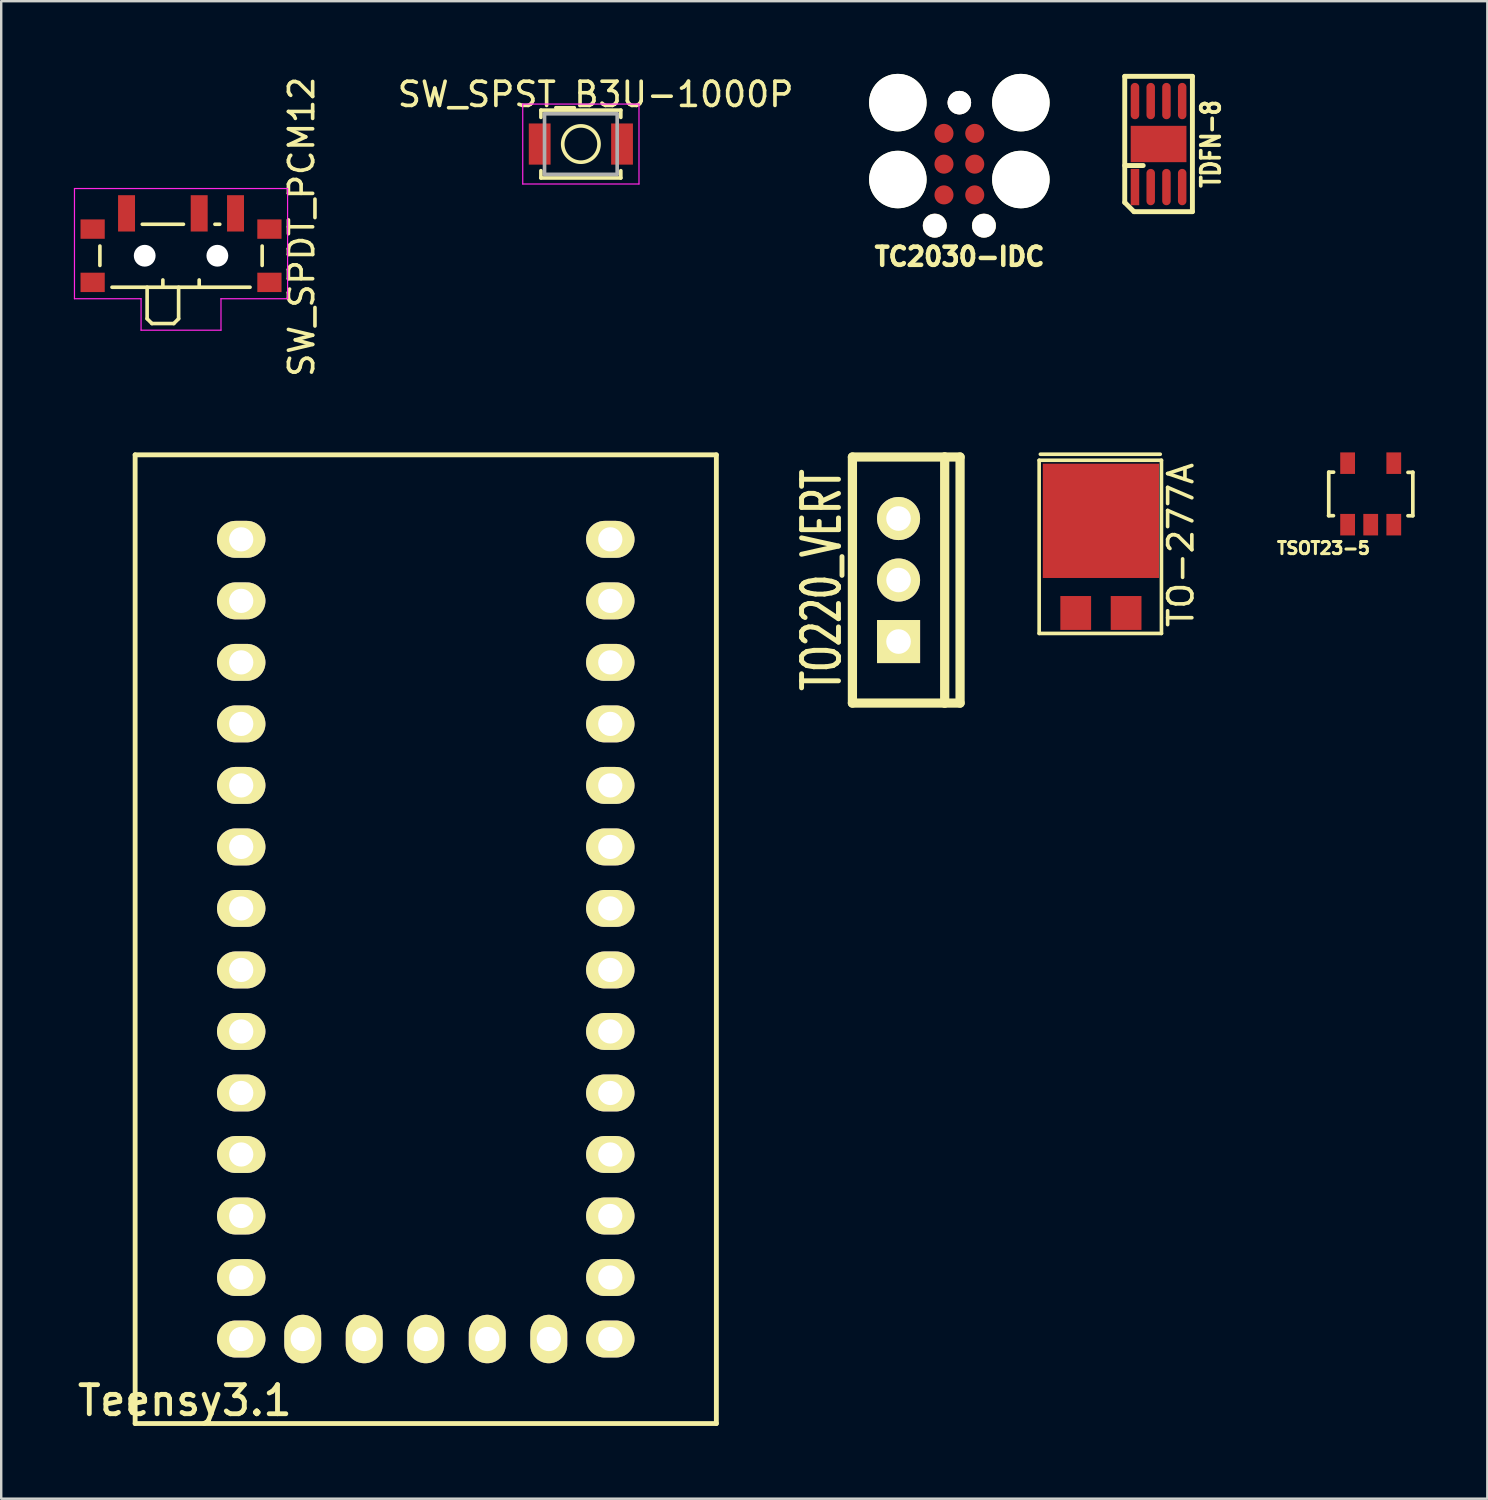
<source format=kicad_pcb>
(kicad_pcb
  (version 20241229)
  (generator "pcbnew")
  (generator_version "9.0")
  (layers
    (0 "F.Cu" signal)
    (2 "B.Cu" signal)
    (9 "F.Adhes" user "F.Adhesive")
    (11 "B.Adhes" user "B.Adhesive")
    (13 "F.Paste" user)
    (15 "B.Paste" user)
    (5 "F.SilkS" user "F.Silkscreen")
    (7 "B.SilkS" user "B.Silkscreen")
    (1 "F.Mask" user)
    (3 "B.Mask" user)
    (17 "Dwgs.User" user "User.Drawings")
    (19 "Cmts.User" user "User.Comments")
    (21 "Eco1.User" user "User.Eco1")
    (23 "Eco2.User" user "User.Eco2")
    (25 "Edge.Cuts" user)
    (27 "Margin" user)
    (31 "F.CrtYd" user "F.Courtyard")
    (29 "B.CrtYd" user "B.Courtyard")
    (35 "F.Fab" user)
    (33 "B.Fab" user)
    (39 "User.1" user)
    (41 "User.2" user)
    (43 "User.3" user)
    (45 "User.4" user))
  (footprint "TO-277A"
    (layer "F.Cu")
    (at 42.409 18.456)
    (property "Reference" "TO-277A" (at 3.3 1 90) (layer "F.SilkS") (effects (font (size 1 1) (thickness 0.15))))
    (attr through_hole)
    (fp_line (start -2.55 -2.5) (end 2.5 -2.5) (stroke (width 0.15) (type solid)) (layer "F.SilkS"))
    (fp_line (start -2.55 4.65) (end -2.55 -2.5) (stroke (width 0.15) (type solid)) (layer "F.SilkS"))
    (fp_line (start -2.5 -2.75) (end 2.45 -2.75) (stroke (width 0.15) (type solid)) (layer "F.SilkS"))
    (fp_line (start 2.5 -2.5) (end 2.5 4.65) (stroke (width 0.15) (type solid)) (layer "F.SilkS"))
    (fp_line (start 2.5 4.65) (end -2.55 4.65) (stroke (width 0.15) (type solid)) (layer "F.SilkS"))
    (pad "1" smd rect (at -1.04 3.805) (size 1.27 1.4) (layers "F.Cu" "F.Mask" "F.Paste"))
    (pad "1" smd rect (at 1.04 3.805) (size 1.27 1.4) (layers "F.Cu" "F.Mask" "F.Paste"))
    (pad "2" smd rect (at 0 0) (size 4.8 4.72) (layers "F.Cu" "F.Mask" "F.Paste")))
  (footprint "TDFN-8"
    (layer "F.Cu")
    (at 44.79 2.896)
    (property "Reference" "TDFN-8" (at 2.159 0 90) (layer "F.SilkS") (effects (font (size 0.762 0.61) (thickness 0.203))))
    (attr smd)
    (fp_line (start -1.397 -2.794) (end -1.397 2.413) (stroke (width 0.203) (type solid)) (layer "F.SilkS"))
    (fp_line (start -1.397 -2.794) (end 1.397 -2.794) (stroke (width 0.203) (type solid)) (layer "F.SilkS"))
    (fp_line (start -1.397 0.889) (end -0.635 0.889) (stroke (width 0.203) (type solid)) (layer "F.SilkS"))
    (fp_line (start -1.397 2.413) (end -1.016 2.794) (stroke (width 0.203) (type solid)) (layer "F.SilkS"))
    (fp_line (start -1.016 2.794) (end 1.397 2.794) (stroke (width 0.203) (type solid)) (layer "F.SilkS"))
    (fp_line (start 1.397 -2.794) (end 1.397 2.794) (stroke (width 0.203) (type solid)) (layer "F.SilkS"))
    (pad "1" smd rect (at -0.975 1.778) (size 0.35 1.501) (layers "F.Cu" "F.Mask" "F.Paste"))
    (pad "2" smd oval (at -0.325 1.778) (size 0.35 1.501) (layers "F.Cu" "F.Mask" "F.Paste"))
    (pad "3" smd oval (at 0.325 1.778) (size 0.35 1.501) (layers "F.Cu" "F.Mask" "F.Paste"))
    (pad "4" smd oval (at 0.975 1.778) (size 0.35 1.501) (layers "F.Cu" "F.Mask" "F.Paste"))
    (pad "5" smd oval (at 0.975 -1.773) (size 0.35 1.501) (layers "F.Cu" "F.Mask" "F.Paste"))
    (pad "6" smd oval (at 0.325 -1.773) (size 0.35 1.501) (layers "F.Cu" "F.Mask" "F.Paste"))
    (pad "7" smd oval (at -0.325 -1.773) (size 0.35 1.501) (layers "F.Cu" "F.Mask" "F.Paste"))
    (pad "8" smd oval (at -0.975 -1.773) (size 0.35 1.501) (layers "F.Cu" "F.Mask" "F.Paste"))
    (pad "9" smd rect (at 0 0) (size 2.301 1.501) (layers "F.Cu" "F.Mask" "F.Paste")))
  (footprint "SW_SPDT_PCM12"
    (layer "F.Cu")
    (at 4.425 7.185)
    (property "Reference" "SW_SPDT_PCM12" (at 4.98 -0.87 90) (layer "F.SilkS") (effects (font (size 1 1) (thickness 0.15))))
    (attr smd)
    (fp_line (start -3.35 -0.075) (end -3.35 0.725) (stroke (width 0.15) (type solid)) (layer "F.SilkS"))
    (fp_line (start -2.85 1.625) (end 2.85 1.625) (stroke (width 0.15) (type solid)) (layer "F.SilkS"))
    (fp_line (start -1.6 -0.975) (end 0.1 -0.975) (stroke (width 0.15) (type solid)) (layer "F.SilkS"))
    (fp_line (start -1.4 1.625) (end -1.4 2.925) (stroke (width 0.15) (type solid)) (layer "F.SilkS"))
    (fp_line (start -1.4 2.925) (end -1.2 3.125) (stroke (width 0.15) (type solid)) (layer "F.SilkS"))
    (fp_line (start -1.2 3.125) (end -0.3 3.125) (stroke (width 0.15) (type solid)) (layer "F.SilkS"))
    (fp_line (start -0.75 1.325) (end -0.75 1.625) (stroke (width 0.15) (type solid)) (layer "F.SilkS"))
    (fp_line (start -0.1 2.925) (end -0.3 3.125) (stroke (width 0.15) (type solid)) (layer "F.SilkS"))
    (fp_line (start -0.1 2.925) (end -0.1 1.625) (stroke (width 0.15) (type solid)) (layer "F.SilkS"))
    (fp_line (start 0.75 1.325) (end 0.75 1.625) (stroke (width 0.15) (type solid)) (layer "F.SilkS"))
    (fp_line (start 1.4 -0.975) (end 1.6 -0.975) (stroke (width 0.15) (type solid)) (layer "F.SilkS"))
    (fp_line (start 3.35 0.725) (end 3.35 -0.075) (stroke (width 0.15) (type solid)) (layer "F.SilkS"))
    (fp_line (start -4.4 -2.45) (end 4.4 -2.45) (stroke (width 0.05) (type solid)) (layer "F.CrtYd"))
    (fp_line (start -4.4 2.1) (end -4.4 -2.45) (stroke (width 0.05) (type solid)) (layer "F.CrtYd"))
    (fp_line (start -1.65 2.1) (end -4.4 2.1) (stroke (width 0.05) (type solid)) (layer "F.CrtYd"))
    (fp_line (start -1.65 3.4) (end -1.65 2.1) (stroke (width 0.05) (type solid)) (layer "F.CrtYd"))
    (fp_line (start 1.65 2.1) (end 1.65 3.4) (stroke (width 0.05) (type solid)) (layer "F.CrtYd"))
    (fp_line (start 1.65 3.4) (end -1.65 3.4) (stroke (width 0.05) (type solid)) (layer "F.CrtYd"))
    (fp_line (start 4.4 -2.45) (end 4.4 2.1) (stroke (width 0.05) (type solid)) (layer "F.CrtYd"))
    (fp_line (start 4.4 2.1) (end 1.65 2.1) (stroke (width 0.05) (type solid)) (layer "F.CrtYd"))
    (pad "" smd rect (at -3.65 -0.775) (size 1 0.8) (layers "F.Cu" "F.Mask" "F.Paste"))
    (pad "" smd rect (at -3.65 1.425) (size 1 0.8) (layers "F.Cu" "F.Mask" "F.Paste"))
    (pad "" np_thru_hole circle (at -1.5 0.325) (size 0.9 0.9) (drill 0.9) (layers "*.Cu" "*.Mask"))
    (pad "" np_thru_hole circle (at 1.5 0.325) (size 0.9 0.9) (drill 0.9) (layers "*.Cu" "*.Mask"))
    (pad "" smd rect (at 3.65 -0.775) (size 1 0.8) (layers "F.Cu" "F.Mask" "F.Paste"))
    (pad "" smd rect (at 3.65 1.425) (size 1 0.8) (layers "F.Cu" "F.Mask" "F.Paste"))
    (pad "1" smd rect (at -2.25 -1.425) (size 0.7 1.5) (layers "F.Cu" "F.Mask" "F.Paste"))
    (pad "2" smd rect (at 0.75 -1.425) (size 0.7 1.5) (layers "F.Cu" "F.Mask" "F.Paste"))
    (pad "3" smd rect (at 2.25 -1.425) (size 0.7 1.5) (layers "F.Cu" "F.Mask" "F.Paste")))
  (footprint "SW_SPST_B3U-1000P"
    (layer "F.Cu")
    (at 20.935 2.898)
    (property "Reference" "SW_SPST_B3U-1000P" (at 0.61 -2.05 0) (layer "F.SilkS") (effects (font (size 1 1) (thickness 0.15))))
    (attr smd)
    (fp_line (start -1.65 -1.4) (end 1.65 -1.4) (stroke (width 0.15) (type solid)) (layer "F.SilkS"))
    (fp_line (start -1.65 -1.1) (end -1.65 -1.4) (stroke (width 0.15) (type solid)) (layer "F.SilkS"))
    (fp_line (start -1.65 1.1) (end -1.65 1.4) (stroke (width 0.15) (type solid)) (layer "F.SilkS"))
    (fp_line (start -1.65 1.4) (end 1.65 1.4) (stroke (width 0.15) (type solid)) (layer "F.SilkS"))
    (fp_line (start 1.65 -1.4) (end 1.65 -1.1) (stroke (width 0.15) (type solid)) (layer "F.SilkS"))
    (fp_line (start 1.65 1.4) (end 1.65 1.1) (stroke (width 0.15) (type solid)) (layer "F.SilkS"))
    (fp_circle (center 0 0) (end 0.75 0) (stroke (width 0.15) (type solid)) (fill no) (layer "F.SilkS"))
    (fp_line (start -2.4 -1.65) (end -2.4 1.65) (stroke (width 0.05) (type solid)) (layer "F.CrtYd"))
    (fp_line (start -2.4 1.65) (end 2.4 1.65) (stroke (width 0.05) (type solid)) (layer "F.CrtYd"))
    (fp_line (start 2.4 -1.65) (end -2.4 -1.65) (stroke (width 0.05) (type solid)) (layer "F.CrtYd"))
    (fp_line (start 2.4 1.65) (end 2.4 -1.65) (stroke (width 0.05) (type solid)) (layer "F.CrtYd"))
    (fp_line (start -1.5 -1.25) (end 1.5 -1.25) (stroke (width 0.15) (type solid)) (layer "F.Fab"))
    (fp_line (start -1.5 1.25) (end -1.5 -1.25) (stroke (width 0.15) (type solid)) (layer "F.Fab"))
    (fp_line (start 1.5 -1.25) (end 1.5 1.25) (stroke (width 0.15) (type solid)) (layer "F.Fab"))
    (fp_line (start 1.5 1.25) (end -1.5 1.25) (stroke (width 0.15) (type solid)) (layer "F.Fab"))
    (pad "1" smd rect (at -1.7 0) (size 0.9 1.7) (layers "F.Cu" "F.Mask" "F.Paste"))
    (pad "2" smd rect (at 1.7 0) (size 0.9 1.7) (layers "F.Cu" "F.Mask" "F.Paste")))
  (footprint "Teensy3.1"
    (layer "F.Cu")
    (at 14.53 35.731)
    (property "Reference" "Teensy3.1" (at -9.95 19.05 0) (layer "F.SilkS") (effects (font (size 1.2 1.2) (thickness 0.2))))
    (attr through_hole)
    (fp_line (start -12 -20) (end -12 20) (stroke (width 0.2) (type solid)) (layer "F.SilkS"))
    (fp_line (start -12 -20) (end 12 -20) (stroke (width 0.2) (type solid)) (layer "F.SilkS"))
    (fp_line (start -12 20) (end 12 20) (stroke (width 0.2) (type solid)) (layer "F.SilkS"))
    (fp_line (start 12 20) (end 12 -20) (stroke (width 0.2) (type solid)) (layer "F.SilkS"))
    (pad "1" thru_hole oval (at -7.62 -16.51) (size 2 1.524) (drill 1) (layers "*.Cu" "*.Mask" "F.SilkS"))
    (pad "2" thru_hole oval (at -7.62 -13.97) (size 2 1.524) (drill 1) (layers "*.Cu" "*.Mask" "F.SilkS"))
    (pad "3" thru_hole oval (at -7.62 -11.43) (size 2 1.524) (drill 1) (layers "*.Cu" "*.Mask" "F.SilkS"))
    (pad "4" thru_hole oval (at -7.62 -8.89) (size 2 1.524) (drill 1) (layers "*.Cu" "*.Mask" "F.SilkS"))
    (pad "5" thru_hole oval (at -7.62 -6.35) (size 2 1.524) (drill 1) (layers "*.Cu" "*.Mask" "F.SilkS"))
    (pad "6" thru_hole oval (at -7.62 -3.81) (size 2 1.524) (drill 1) (layers "*.Cu" "*.Mask" "F.SilkS"))
    (pad "7" thru_hole oval (at -7.62 -1.27) (size 2 1.524) (drill 1) (layers "*.Cu" "*.Mask" "F.SilkS"))
    (pad "8" thru_hole oval (at -7.62 1.27) (size 2 1.524) (drill 1) (layers "*.Cu" "*.Mask" "F.SilkS"))
    (pad "9" thru_hole oval (at -7.62 3.81) (size 2 1.524) (drill 1) (layers "*.Cu" "*.Mask" "F.SilkS"))
    (pad "10" thru_hole oval (at -7.62 6.35) (size 2 1.524) (drill 1) (layers "*.Cu" "*.Mask" "F.SilkS"))
    (pad "11" thru_hole oval (at -7.62 8.89) (size 2 1.524) (drill 1) (layers "*.Cu" "*.Mask" "F.SilkS"))
    (pad "12" thru_hole oval (at -7.62 11.43) (size 2 1.524) (drill 1) (layers "*.Cu" "*.Mask" "F.SilkS"))
    (pad "13" thru_hole oval (at -7.62 13.97) (size 2 1.524) (drill 1) (layers "*.Cu" "*.Mask" "F.SilkS"))
    (pad "14" thru_hole oval (at -7.62 16.51) (size 2 1.524) (drill 1) (layers "*.Cu" "*.Mask" "F.SilkS"))
    (pad "15" thru_hole oval (at -5.08 16.51 90) (size 2 1.524) (drill 1) (layers "*.Cu" "*.Mask" "F.SilkS"))
    (pad "16" thru_hole oval (at -2.54 16.51 90) (size 2 1.524) (drill 1) (layers "*.Cu" "*.Mask" "F.SilkS"))
    (pad "17" thru_hole oval (at 0 16.51 90) (size 2 1.524) (drill 1) (layers "*.Cu" "*.Mask" "F.SilkS"))
    (pad "18" thru_hole oval (at 2.54 16.51 90) (size 2 1.524) (drill 1) (layers "*.Cu" "*.Mask" "F.SilkS"))
    (pad "19" thru_hole oval (at 5.08 16.51 90) (size 2 1.524) (drill 1) (layers "*.Cu" "*.Mask" "F.SilkS"))
    (pad "20" thru_hole oval (at 7.62 16.51) (size 2 1.524) (drill 1) (layers "*.Cu" "*.Mask" "F.SilkS"))
    (pad "21" thru_hole oval (at 7.62 13.97) (size 2 1.524) (drill 1) (layers "*.Cu" "*.Mask" "F.SilkS"))
    (pad "22" thru_hole oval (at 7.62 11.43) (size 2 1.524) (drill 1) (layers "*.Cu" "*.Mask" "F.SilkS"))
    (pad "23" thru_hole oval (at 7.62 8.89) (size 2 1.524) (drill 1) (layers "*.Cu" "*.Mask" "F.SilkS"))
    (pad "24" thru_hole oval (at 7.62 6.35) (size 2 1.524) (drill 1) (layers "*.Cu" "*.Mask" "F.SilkS"))
    (pad "25" thru_hole oval (at 7.62 3.81) (size 2 1.524) (drill 1) (layers "*.Cu" "*.Mask" "F.SilkS"))
    (pad "26" thru_hole oval (at 7.62 1.27) (size 2 1.524) (drill 1) (layers "*.Cu" "*.Mask" "F.SilkS"))
    (pad "27" thru_hole oval (at 7.62 -1.27) (size 2 1.524) (drill 1) (layers "*.Cu" "*.Mask" "F.SilkS"))
    (pad "28" thru_hole oval (at 7.62 -3.81) (size 2 1.524) (drill 1) (layers "*.Cu" "*.Mask" "F.SilkS"))
    (pad "29" thru_hole oval (at 7.62 -6.35) (size 2 1.524) (drill 1) (layers "*.Cu" "*.Mask" "F.SilkS"))
    (pad "30" thru_hole oval (at 7.62 -8.89) (size 2 1.524) (drill 1) (layers "*.Cu" "*.Mask" "F.SilkS"))
    (pad "31" thru_hole oval (at 7.62 -11.43) (size 2 1.524) (drill 1) (layers "*.Cu" "*.Mask" "F.SilkS"))
    (pad "32" thru_hole oval (at 7.62 -13.97) (size 2 1.524) (drill 1) (layers "*.Cu" "*.Mask" "F.SilkS"))
    (pad "33" thru_hole oval (at 7.62 -16.51) (size 2 1.524) (drill 1) (layers "*.Cu" "*.Mask" "F.SilkS")))
  (footprint "TC2030-IDC"
    (layer "F.Cu")
    (at 36.564 3.728)
    (property "Reference" "TC2030-IDC" (at 0.01 3.82 0) (layer "F.SilkS") (effects (font (size 0.75 0.75) (thickness 0.188))))
    (attr smd)
    (pad "" np_thru_hole circle (at -2.54 -2.54) (size 2.375 2.375) (drill 2.375) (layers "*.Cu" "*.Mask" "F.SilkS"))
    (pad "" np_thru_hole circle (at -2.54 0.635) (size 2.375 2.375) (drill 2.375) (layers "*.Cu" "*.Mask" "F.SilkS"))
    (pad "" thru_hole circle (at -1.015 2.54) (size 0.991 0.991) (drill 0.97) (layers "*.Cu" "*.Mask" "F.SilkS"))
    (pad "" thru_hole circle (at 0 -2.54) (size 0.97 0.97) (drill 0.97) (layers "*.Cu" "*.Mask" "F.SilkS"))
    (pad "" thru_hole circle (at 1.015 2.54) (size 0.991 0.991) (drill 0.97) (layers "*.Cu" "*.Mask" "F.SilkS"))
    (pad "" np_thru_hole circle (at 2.54 -2.54) (size 2.375 2.375) (drill 2.375) (layers "*.Cu" "*.Mask" "F.SilkS"))
    (pad "" np_thru_hole circle (at 2.54 0.635) (size 2.375 2.375) (drill 2.375) (layers "*.Cu" "*.Mask" "F.SilkS"))
    (pad "1" smd circle (at -0.635 -1.27) (size 0.787 0.787) (layers "F.Cu" "F.Mask"))
    (pad "2" smd circle (at 0.635 -1.27) (size 0.787 0.787) (layers "F.Cu" "F.Mask"))
    (pad "3" smd circle (at -0.635 0) (size 0.787 0.787) (layers "F.Cu" "F.Mask"))
    (pad "4" smd circle (at 0.635 0) (size 0.787 0.787) (layers "F.Cu" "F.Mask"))
    (pad "5" smd circle (at -0.635 1.27) (size 0.787 0.787) (layers "F.Cu" "F.Mask"))
    (pad "6" smd circle (at 0.635 1.27) (size 0.787 0.787) (layers "F.Cu" "F.Mask")))
  (footprint "TO220_VERT"
    (layer "F.Cu")
    (at 34.053 20.901)
    (property "Reference" "TO220_VERT" (at -3.175 0 90) (layer "F.SilkS") (effects (font (size 1.524 1.016) (thickness 0.203))))
    (attr through_hole)
    (fp_line (start -1.905 -5.08) (end 1.905 -5.08) (stroke (width 0.381) (type solid)) (layer "F.SilkS"))
    (fp_line (start -1.905 5.08) (end -1.905 -5.08) (stroke (width 0.381) (type solid)) (layer "F.SilkS"))
    (fp_line (start 1.905 -5.08) (end 1.905 5.08) (stroke (width 0.381) (type solid)) (layer "F.SilkS"))
    (fp_line (start 1.905 -5.08) (end 2.54 -5.08) (stroke (width 0.381) (type solid)) (layer "F.SilkS"))
    (fp_line (start 1.905 5.08) (end -1.905 5.08) (stroke (width 0.381) (type solid)) (layer "F.SilkS"))
    (fp_line (start 2.54 -5.08) (end 2.54 5.08) (stroke (width 0.381) (type solid)) (layer "F.SilkS"))
    (fp_line (start 2.54 5.08) (end 1.905 5.08) (stroke (width 0.381) (type solid)) (layer "F.SilkS"))
    (pad "1" thru_hole rect (at 0 2.54) (size 1.778 1.778) (drill 1.016) (layers "*.Cu" "*.Mask" "F.SilkS"))
    (pad "2" thru_hole circle (at 0 -2.54) (size 1.778 1.778) (drill 1.016) (layers "*.Cu" "*.Mask" "F.SilkS"))
    (pad "3" thru_hole circle (at 0 0) (size 1.778 1.778) (drill 1.016) (layers "*.Cu" "*.Mask" "F.SilkS")))
  (footprint "TSOT23-5"
    (layer "F.Cu")
    (at 53.549 17.345)
    (property "Reference" "TSOT23-5" (at -1.95 2.24 0) (layer "F.SilkS") (effects (font (size 0.5 0.5) (thickness 0.125))))
    (attr smd)
    (fp_line (start -1.74 0.899) (end -1.539 0.899) (stroke (width 0.152) (type solid)) (layer "F.SilkS"))
    (fp_line (start -1.732 -0.899) (end -1.732 0.899) (stroke (width 0.152) (type solid)) (layer "F.SilkS"))
    (fp_line (start -1.732 -0.899) (end -1.532 -0.899) (stroke (width 0.152) (type solid)) (layer "F.SilkS"))
    (fp_line (start 1.74 -0.889) (end 1.539 -0.889) (stroke (width 0.152) (type solid)) (layer "F.SilkS"))
    (fp_line (start 1.74 0.899) (end 1.74 -0.899) (stroke (width 0.152) (type solid)) (layer "F.SilkS"))
    (fp_line (start 1.74 0.902) (end 1.539 0.902) (stroke (width 0.152) (type solid)) (layer "F.SilkS"))
    (pad "1" smd rect (at -0.953 1.27) (size 0.61 0.889) (layers "F.Cu" "F.Mask" "F.Paste"))
    (pad "2" smd rect (at 0 1.27) (size 0.61 0.889) (layers "F.Cu" "F.Mask" "F.Paste"))
    (pad "3" smd rect (at 0.953 1.27) (size 0.61 0.889) (layers "F.Cu" "F.Mask" "F.Paste"))
    (pad "4" smd rect (at 0.953 -1.27) (size 0.61 0.889) (layers "F.Cu" "F.Mask" "F.Paste"))
    (pad "5" smd rect (at -0.953 -1.27) (size 0.61 0.889) (layers "F.Cu" "F.Mask" "F.Paste")))
  (gr_rect
    (start -3 -3)
    (end 58.365 58.834)
    (stroke (width 0.1) (type default))
    (fill no)
    (layer "Edge.Cuts")))
</source>
